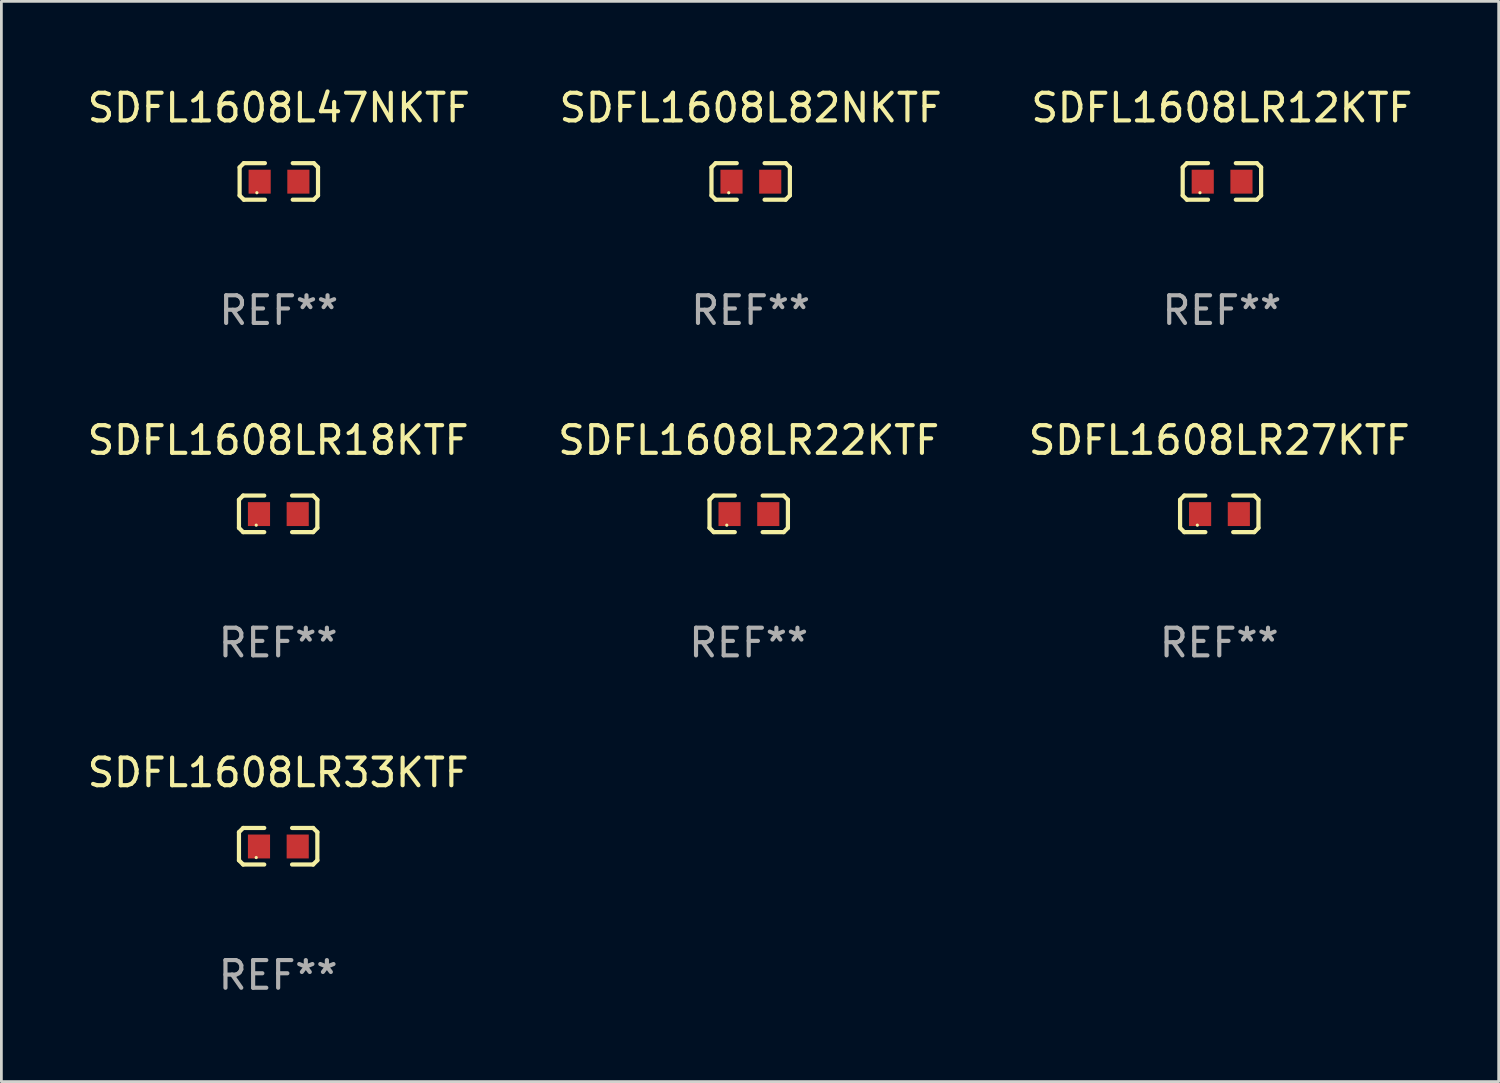
<source format=kicad_pcb>
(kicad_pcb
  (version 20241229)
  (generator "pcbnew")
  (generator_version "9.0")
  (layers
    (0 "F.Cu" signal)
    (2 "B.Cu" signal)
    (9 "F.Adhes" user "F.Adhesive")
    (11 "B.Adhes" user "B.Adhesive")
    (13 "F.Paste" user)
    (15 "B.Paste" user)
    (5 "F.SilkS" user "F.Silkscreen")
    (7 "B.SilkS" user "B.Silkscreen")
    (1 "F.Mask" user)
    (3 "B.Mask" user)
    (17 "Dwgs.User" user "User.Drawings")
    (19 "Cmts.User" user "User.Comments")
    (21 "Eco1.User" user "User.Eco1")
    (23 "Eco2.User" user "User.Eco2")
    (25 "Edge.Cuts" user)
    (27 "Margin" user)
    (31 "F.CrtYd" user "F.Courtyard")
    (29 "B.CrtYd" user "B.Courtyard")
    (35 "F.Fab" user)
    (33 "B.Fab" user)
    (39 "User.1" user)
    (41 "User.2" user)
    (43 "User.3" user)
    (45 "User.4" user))
  (footprint "SDFL1608LR18KTF"
    (layer "F.Cu")
    (at 7.006 15.527)
    (property "Reference" "SDFL1608LR18KTF" (at 0 -2.661 0) (layer "F.SilkS") (effects (font (size 1 1) (thickness 0.15))))
    (attr through_hole)
    (fp_line (start -1.417 -0.508) (end -1.265 -0.661) (stroke (width 0.152) (type solid)) (layer "F.SilkS"))
    (fp_line (start -1.417 0.508) (end -1.417 -0.508) (stroke (width 0.152) (type solid)) (layer "F.SilkS"))
    (fp_line (start -1.265 -0.661) (end -0.503 -0.661) (stroke (width 0.152) (type solid)) (layer "F.SilkS"))
    (fp_line (start -1.265 0.661) (end -1.417 0.508) (stroke (width 0.152) (type solid)) (layer "F.SilkS"))
    (fp_line (start -1.265 0.661) (end -0.503 0.661) (stroke (width 0.152) (type solid)) (layer "F.SilkS"))
    (fp_line (start 1.265 -0.661) (end 0.503 -0.661) (stroke (width 0.152) (type solid)) (layer "F.SilkS"))
    (fp_line (start 1.265 -0.661) (end 1.417 -0.508) (stroke (width 0.152) (type solid)) (layer "F.SilkS"))
    (fp_line (start 1.265 0.661) (end 0.503 0.661) (stroke (width 0.152) (type solid)) (layer "F.SilkS"))
    (fp_line (start 1.417 -0.508) (end 1.417 0.508) (stroke (width 0.152) (type solid)) (layer "F.SilkS"))
    (fp_line (start 1.417 0.508) (end 1.265 0.661) (stroke (width 0.152) (type solid)) (layer "F.SilkS"))
    (fp_circle (center -0.793 0.409) (end -0.763 0.409) (stroke (width 0.06) (type solid)) (fill no) (layer "F.SilkS"))
    (fp_text user "REF**" (at 0 4.661 0) (layer "F.Fab") (effects (font (size 1 1) (thickness 0.15))))
    (pad "1" smd rect (at -0.693 0.009 180) (size 0.8 0.864) (layers "F.Cu" "F.Mask" "F.Paste"))
    (pad "2" smd rect (at 0.707 0.009 180) (size 0.8 0.864) (layers "F.Cu" "F.Mask" "F.Paste")))
  (footprint "SDFL1608LR22KTF"
    (layer "F.Cu")
    (at 24.018 15.527)
    (property "Reference" "SDFL1608LR22KTF" (at 0 -2.661 0) (layer "F.SilkS") (effects (font (size 1 1) (thickness 0.15))))
    (attr through_hole)
    (fp_line (start -1.417 -0.508) (end -1.265 -0.661) (stroke (width 0.152) (type solid)) (layer "F.SilkS"))
    (fp_line (start -1.417 0.508) (end -1.417 -0.508) (stroke (width 0.152) (type solid)) (layer "F.SilkS"))
    (fp_line (start -1.265 -0.661) (end -0.503 -0.661) (stroke (width 0.152) (type solid)) (layer "F.SilkS"))
    (fp_line (start -1.265 0.661) (end -1.417 0.508) (stroke (width 0.152) (type solid)) (layer "F.SilkS"))
    (fp_line (start -1.265 0.661) (end -0.503 0.661) (stroke (width 0.152) (type solid)) (layer "F.SilkS"))
    (fp_line (start 1.265 -0.661) (end 0.503 -0.661) (stroke (width 0.152) (type solid)) (layer "F.SilkS"))
    (fp_line (start 1.265 -0.661) (end 1.417 -0.508) (stroke (width 0.152) (type solid)) (layer "F.SilkS"))
    (fp_line (start 1.265 0.661) (end 0.503 0.661) (stroke (width 0.152) (type solid)) (layer "F.SilkS"))
    (fp_line (start 1.417 -0.508) (end 1.417 0.508) (stroke (width 0.152) (type solid)) (layer "F.SilkS"))
    (fp_line (start 1.417 0.508) (end 1.265 0.661) (stroke (width 0.152) (type solid)) (layer "F.SilkS"))
    (fp_circle (center -0.793 0.409) (end -0.763 0.409) (stroke (width 0.06) (type solid)) (fill no) (layer "F.SilkS"))
    (fp_text user "REF**" (at 0 4.661 0) (layer "F.Fab") (effects (font (size 1 1) (thickness 0.15))))
    (pad "1" smd rect (at -0.693 0.009 180) (size 0.8 0.864) (layers "F.Cu" "F.Mask" "F.Paste"))
    (pad "2" smd rect (at 0.707 0.009 180) (size 0.8 0.864) (layers "F.Cu" "F.Mask" "F.Paste")))
  (footprint "SDFL1608L82NKTF"
    (layer "F.Cu")
    (at 24.089 3.509)
    (property "Reference" "SDFL1608L82NKTF" (at 0 -2.661 0) (layer "F.SilkS") (effects (font (size 1 1) (thickness 0.15))))
    (attr through_hole)
    (fp_line (start -1.417 -0.508) (end -1.265 -0.661) (stroke (width 0.152) (type solid)) (layer "F.SilkS"))
    (fp_line (start -1.417 0.508) (end -1.417 -0.508) (stroke (width 0.152) (type solid)) (layer "F.SilkS"))
    (fp_line (start -1.265 -0.661) (end -0.503 -0.661) (stroke (width 0.152) (type solid)) (layer "F.SilkS"))
    (fp_line (start -1.265 0.661) (end -1.417 0.508) (stroke (width 0.152) (type solid)) (layer "F.SilkS"))
    (fp_line (start -1.265 0.661) (end -0.503 0.661) (stroke (width 0.152) (type solid)) (layer "F.SilkS"))
    (fp_line (start 1.265 -0.661) (end 0.503 -0.661) (stroke (width 0.152) (type solid)) (layer "F.SilkS"))
    (fp_line (start 1.265 -0.661) (end 1.417 -0.508) (stroke (width 0.152) (type solid)) (layer "F.SilkS"))
    (fp_line (start 1.265 0.661) (end 0.503 0.661) (stroke (width 0.152) (type solid)) (layer "F.SilkS"))
    (fp_line (start 1.417 -0.508) (end 1.417 0.508) (stroke (width 0.152) (type solid)) (layer "F.SilkS"))
    (fp_line (start 1.417 0.508) (end 1.265 0.661) (stroke (width 0.152) (type solid)) (layer "F.SilkS"))
    (fp_circle (center -0.793 0.409) (end -0.763 0.409) (stroke (width 0.06) (type solid)) (fill no) (layer "F.SilkS"))
    (fp_text user "REF**" (at 0 4.661 0) (layer "F.Fab") (effects (font (size 1 1) (thickness 0.15))))
    (pad "1" smd rect (at -0.693 0.009 180) (size 0.8 0.864) (layers "F.Cu" "F.Mask" "F.Paste"))
    (pad "2" smd rect (at 0.707 0.009 180) (size 0.8 0.864) (layers "F.Cu" "F.Mask" "F.Paste")))
  (footprint "SDFL1608LR33KTF"
    (layer "F.Cu")
    (at 7.006 27.544)
    (property "Reference" "SDFL1608LR33KTF" (at 0 -2.661 0) (layer "F.SilkS") (effects (font (size 1 1) (thickness 0.15))))
    (attr through_hole)
    (fp_line (start -1.417 -0.508) (end -1.265 -0.661) (stroke (width 0.152) (type solid)) (layer "F.SilkS"))
    (fp_line (start -1.417 0.508) (end -1.417 -0.508) (stroke (width 0.152) (type solid)) (layer "F.SilkS"))
    (fp_line (start -1.265 -0.661) (end -0.503 -0.661) (stroke (width 0.152) (type solid)) (layer "F.SilkS"))
    (fp_line (start -1.265 0.661) (end -1.417 0.508) (stroke (width 0.152) (type solid)) (layer "F.SilkS"))
    (fp_line (start -1.265 0.661) (end -0.503 0.661) (stroke (width 0.152) (type solid)) (layer "F.SilkS"))
    (fp_line (start 1.265 -0.661) (end 0.503 -0.661) (stroke (width 0.152) (type solid)) (layer "F.SilkS"))
    (fp_line (start 1.265 -0.661) (end 1.417 -0.508) (stroke (width 0.152) (type solid)) (layer "F.SilkS"))
    (fp_line (start 1.265 0.661) (end 0.503 0.661) (stroke (width 0.152) (type solid)) (layer "F.SilkS"))
    (fp_line (start 1.417 -0.508) (end 1.417 0.508) (stroke (width 0.152) (type solid)) (layer "F.SilkS"))
    (fp_line (start 1.417 0.508) (end 1.265 0.661) (stroke (width 0.152) (type solid)) (layer "F.SilkS"))
    (fp_circle (center -0.793 0.409) (end -0.763 0.409) (stroke (width 0.06) (type solid)) (fill no) (layer "F.SilkS"))
    (fp_text user "REF**" (at 0 4.661 0) (layer "F.Fab") (effects (font (size 1 1) (thickness 0.15))))
    (pad "1" smd rect (at -0.693 0.009 180) (size 0.8 0.864) (layers "F.Cu" "F.Mask" "F.Paste"))
    (pad "2" smd rect (at 0.707 0.009 180) (size 0.8 0.864) (layers "F.Cu" "F.Mask" "F.Paste")))
  (footprint "SDFL1608L47NKTF"
    (layer "F.Cu")
    (at 7.03 3.509)
    (property "Reference" "SDFL1608L47NKTF" (at 0 -2.661 0) (layer "F.SilkS") (effects (font (size 1 1) (thickness 0.15))))
    (attr through_hole)
    (fp_line (start -1.417 -0.508) (end -1.265 -0.661) (stroke (width 0.152) (type solid)) (layer "F.SilkS"))
    (fp_line (start -1.417 0.508) (end -1.417 -0.508) (stroke (width 0.152) (type solid)) (layer "F.SilkS"))
    (fp_line (start -1.265 -0.661) (end -0.503 -0.661) (stroke (width 0.152) (type solid)) (layer "F.SilkS"))
    (fp_line (start -1.265 0.661) (end -1.417 0.508) (stroke (width 0.152) (type solid)) (layer "F.SilkS"))
    (fp_line (start -1.265 0.661) (end -0.503 0.661) (stroke (width 0.152) (type solid)) (layer "F.SilkS"))
    (fp_line (start 1.265 -0.661) (end 0.503 -0.661) (stroke (width 0.152) (type solid)) (layer "F.SilkS"))
    (fp_line (start 1.265 -0.661) (end 1.417 -0.508) (stroke (width 0.152) (type solid)) (layer "F.SilkS"))
    (fp_line (start 1.265 0.661) (end 0.503 0.661) (stroke (width 0.152) (type solid)) (layer "F.SilkS"))
    (fp_line (start 1.417 -0.508) (end 1.417 0.508) (stroke (width 0.152) (type solid)) (layer "F.SilkS"))
    (fp_line (start 1.417 0.508) (end 1.265 0.661) (stroke (width 0.152) (type solid)) (layer "F.SilkS"))
    (fp_circle (center -0.793 0.409) (end -0.763 0.409) (stroke (width 0.06) (type solid)) (fill no) (layer "F.SilkS"))
    (fp_text user "REF**" (at 0 4.661 0) (layer "F.Fab") (effects (font (size 1 1) (thickness 0.15))))
    (pad "1" smd rect (at -0.693 0.009 180) (size 0.8 0.864) (layers "F.Cu" "F.Mask" "F.Paste"))
    (pad "2" smd rect (at 0.707 0.009 180) (size 0.8 0.864) (layers "F.Cu" "F.Mask" "F.Paste")))
  (footprint "SDFL1608LR12KTF"
    (layer "F.Cu")
    (at 41.125 3.509)
    (property "Reference" "SDFL1608LR12KTF" (at 0 -2.661 0) (layer "F.SilkS") (effects (font (size 1 1) (thickness 0.15))))
    (attr through_hole)
    (fp_line (start -1.417 -0.508) (end -1.265 -0.661) (stroke (width 0.152) (type solid)) (layer "F.SilkS"))
    (fp_line (start -1.417 0.508) (end -1.417 -0.508) (stroke (width 0.152) (type solid)) (layer "F.SilkS"))
    (fp_line (start -1.265 -0.661) (end -0.503 -0.661) (stroke (width 0.152) (type solid)) (layer "F.SilkS"))
    (fp_line (start -1.265 0.661) (end -1.417 0.508) (stroke (width 0.152) (type solid)) (layer "F.SilkS"))
    (fp_line (start -1.265 0.661) (end -0.503 0.661) (stroke (width 0.152) (type solid)) (layer "F.SilkS"))
    (fp_line (start 1.265 -0.661) (end 0.503 -0.661) (stroke (width 0.152) (type solid)) (layer "F.SilkS"))
    (fp_line (start 1.265 -0.661) (end 1.417 -0.508) (stroke (width 0.152) (type solid)) (layer "F.SilkS"))
    (fp_line (start 1.265 0.661) (end 0.503 0.661) (stroke (width 0.152) (type solid)) (layer "F.SilkS"))
    (fp_line (start 1.417 -0.508) (end 1.417 0.508) (stroke (width 0.152) (type solid)) (layer "F.SilkS"))
    (fp_line (start 1.417 0.508) (end 1.265 0.661) (stroke (width 0.152) (type solid)) (layer "F.SilkS"))
    (fp_circle (center -0.793 0.409) (end -0.763 0.409) (stroke (width 0.06) (type solid)) (fill no) (layer "F.SilkS"))
    (fp_text user "REF**" (at 0 4.661 0) (layer "F.Fab") (effects (font (size 1 1) (thickness 0.15))))
    (pad "1" smd rect (at -0.693 0.009 180) (size 0.8 0.864) (layers "F.Cu" "F.Mask" "F.Paste"))
    (pad "2" smd rect (at 0.707 0.009 180) (size 0.8 0.864) (layers "F.Cu" "F.Mask" "F.Paste")))
  (footprint "SDFL1608LR27KTF"
    (layer "F.Cu")
    (at 41.03 15.527)
    (property "Reference" "SDFL1608LR27KTF" (at 0 -2.661 0) (layer "F.SilkS") (effects (font (size 1 1) (thickness 0.15))))
    (attr through_hole)
    (fp_line (start -1.417 -0.508) (end -1.265 -0.661) (stroke (width 0.152) (type solid)) (layer "F.SilkS"))
    (fp_line (start -1.417 0.508) (end -1.417 -0.508) (stroke (width 0.152) (type solid)) (layer "F.SilkS"))
    (fp_line (start -1.265 -0.661) (end -0.503 -0.661) (stroke (width 0.152) (type solid)) (layer "F.SilkS"))
    (fp_line (start -1.265 0.661) (end -1.417 0.508) (stroke (width 0.152) (type solid)) (layer "F.SilkS"))
    (fp_line (start -1.265 0.661) (end -0.503 0.661) (stroke (width 0.152) (type solid)) (layer "F.SilkS"))
    (fp_line (start 1.265 -0.661) (end 0.503 -0.661) (stroke (width 0.152) (type solid)) (layer "F.SilkS"))
    (fp_line (start 1.265 -0.661) (end 1.417 -0.508) (stroke (width 0.152) (type solid)) (layer "F.SilkS"))
    (fp_line (start 1.265 0.661) (end 0.503 0.661) (stroke (width 0.152) (type solid)) (layer "F.SilkS"))
    (fp_line (start 1.417 -0.508) (end 1.417 0.508) (stroke (width 0.152) (type solid)) (layer "F.SilkS"))
    (fp_line (start 1.417 0.508) (end 1.265 0.661) (stroke (width 0.152) (type solid)) (layer "F.SilkS"))
    (fp_circle (center -0.793 0.409) (end -0.763 0.409) (stroke (width 0.06) (type solid)) (fill no) (layer "F.SilkS"))
    (fp_text user "REF**" (at 0 4.661 0) (layer "F.Fab") (effects (font (size 1 1) (thickness 0.15))))
    (pad "1" smd rect (at -0.693 0.009 180) (size 0.8 0.864) (layers "F.Cu" "F.Mask" "F.Paste"))
    (pad "2" smd rect (at 0.707 0.009 180) (size 0.8 0.864) (layers "F.Cu" "F.Mask" "F.Paste")))
  (gr_rect
    (start -3 -3)
    (end 51.131 36.053)
    (stroke (width 0.1) (type default))
    (fill no)
    (layer "Edge.Cuts")))
</source>
